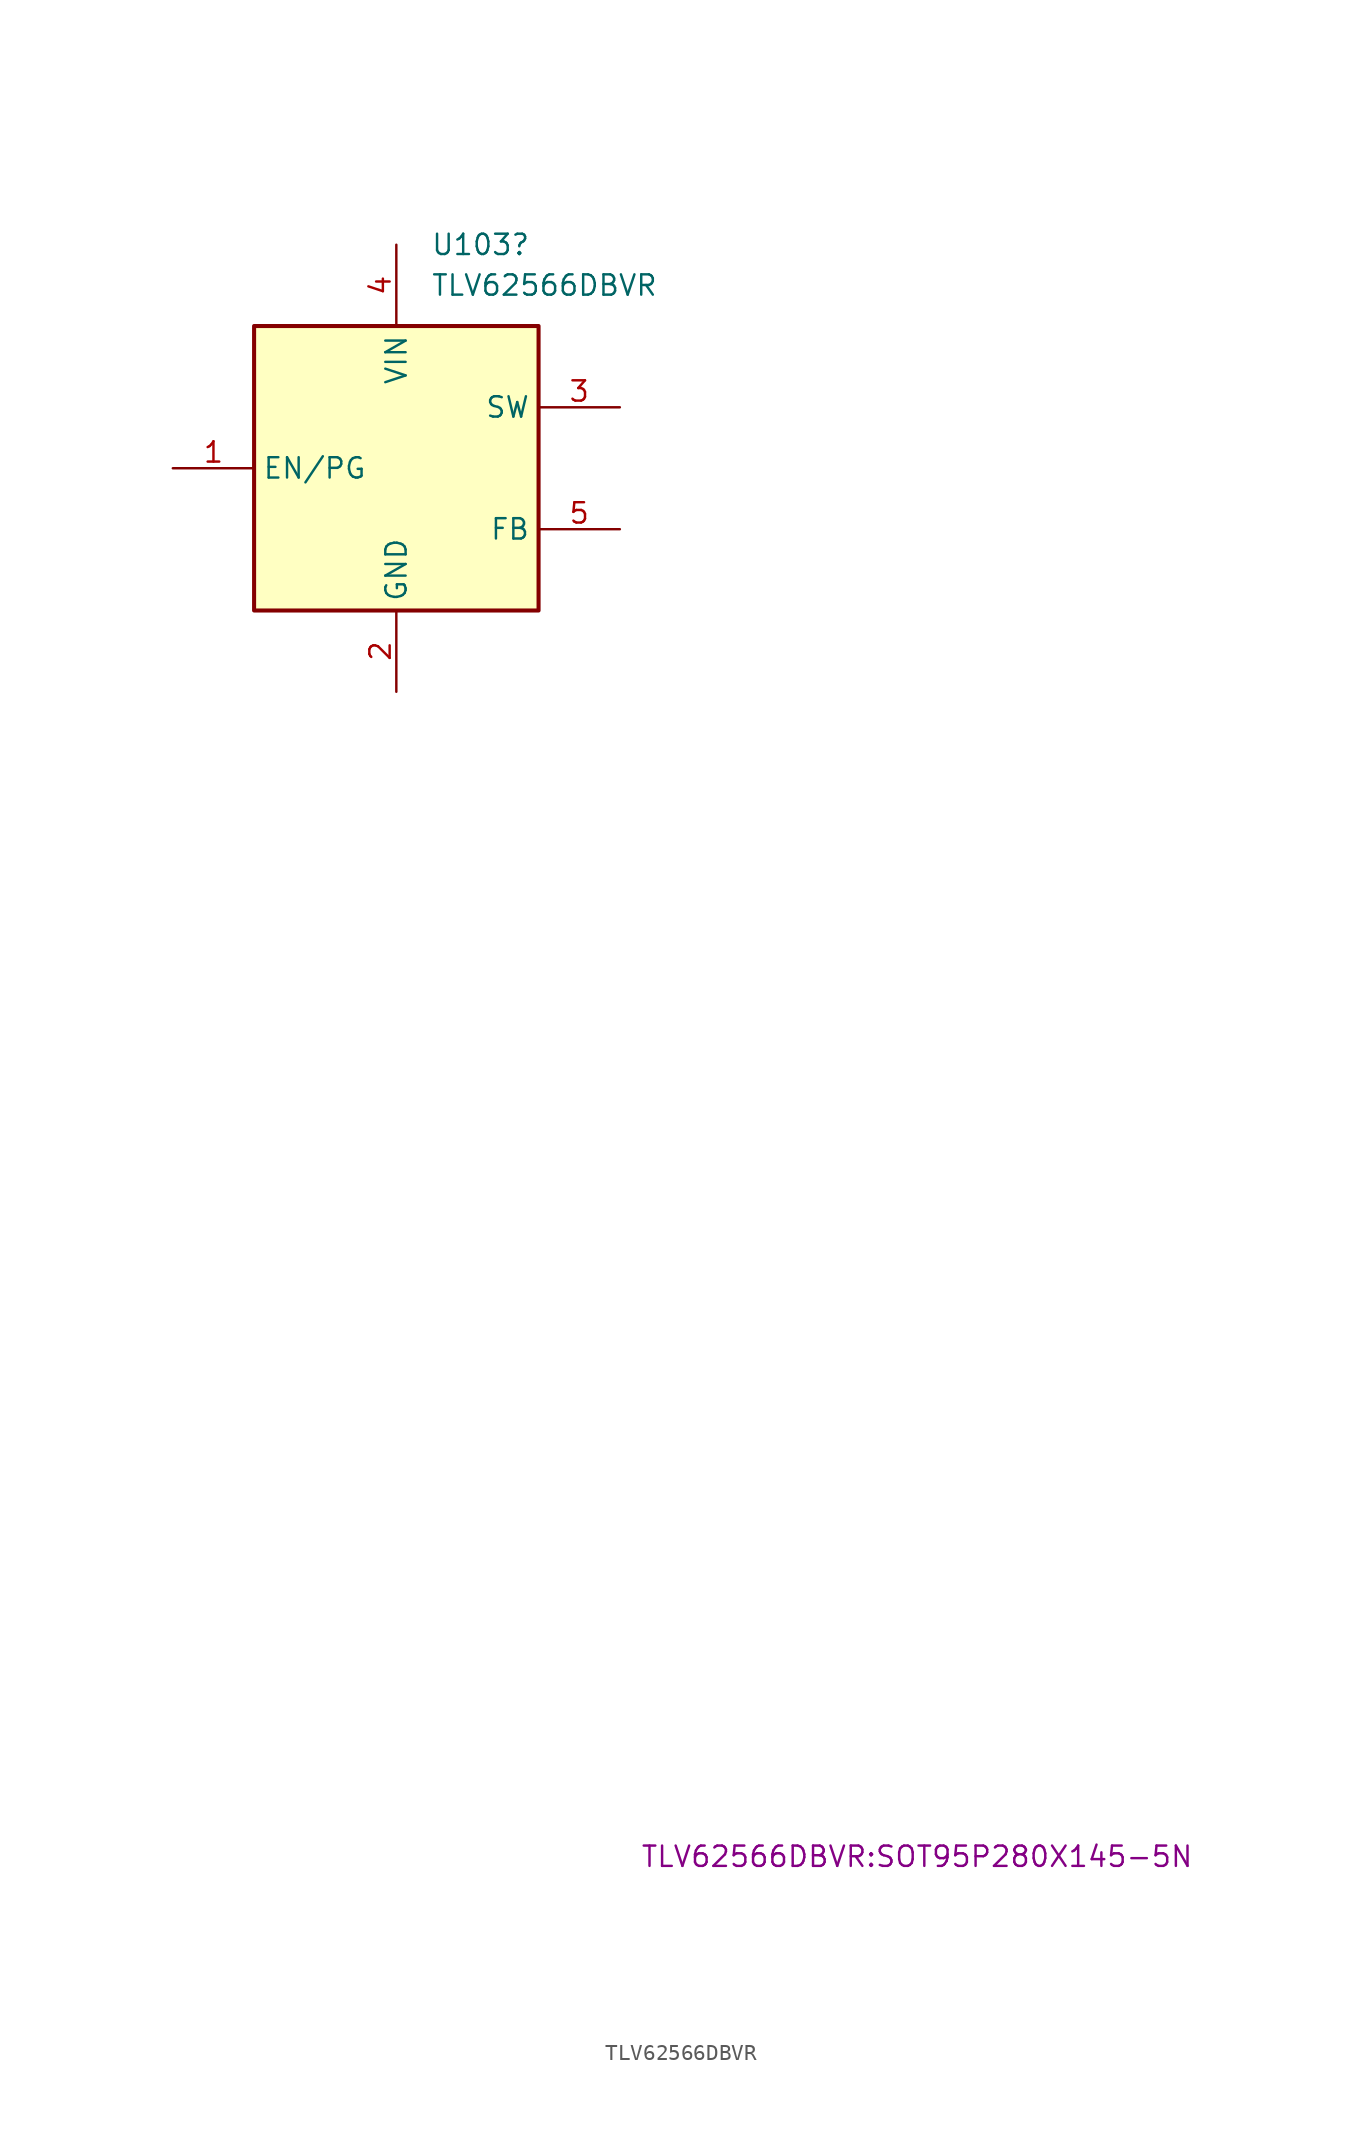
<source format=kicad_sym>
(kicad_symbol_lib
  (version 20241209)
  (generator "kicad_symbol_editor")
  (generator_version "9.0")
  (symbol "TLV62566DBVR"
    (property "Reference" "U103"
      (at 11.033 5.08 0)
      (effects (font (size 1.27 1.27)) (justify left)))
    (property "Value" "TLV62566DBVR"
      (at 11.033 2.54 0)
      (effects (font (size 1.27 1.27)) (justify left)))
    (property "Footprint" "TLV62566DBVR:SOT95P280X145-5N"
      (at 24.13 -94.92 0)
      (effects (font (size 1.27 1.27)) (justify left top)))
    (symbol "TLV62566DBVR_1_1"
      (rectangle (start 0 0) (end 17.78 -17.78) (stroke (width 0.254) (type default)) (fill (type background)))
      (pin passive line (at -5.08 -8.89 0) (length 5.08) (name "EN/PG" (effects (font (size 1.27 1.27)))) (number "1" (effects (font (size 1.27 1.27)))))
      (pin passive line (at 8.89 5.08 270) (length 5.08) (name "VIN" (effects (font (size 1.27 1.27)))) (number "4" (effects (font (size 1.27 1.27)))))
      (pin passive line (at 8.89 -22.86 90) (length 5.08) (name "GND" (effects (font (size 1.27 1.27)))) (number "2" (effects (font (size 1.27 1.27)))))
      (pin passive line (at 22.86 -5.08 180) (length 5.08) (name "SW" (effects (font (size 1.27 1.27)))) (number "3" (effects (font (size 1.27 1.27)))))
      (pin passive line (at 22.86 -12.7 180) (length 5.08) (name "FB" (effects (font (size 1.27 1.27)))) (number "5" (effects (font (size 1.27 1.27))))))))
</source>
